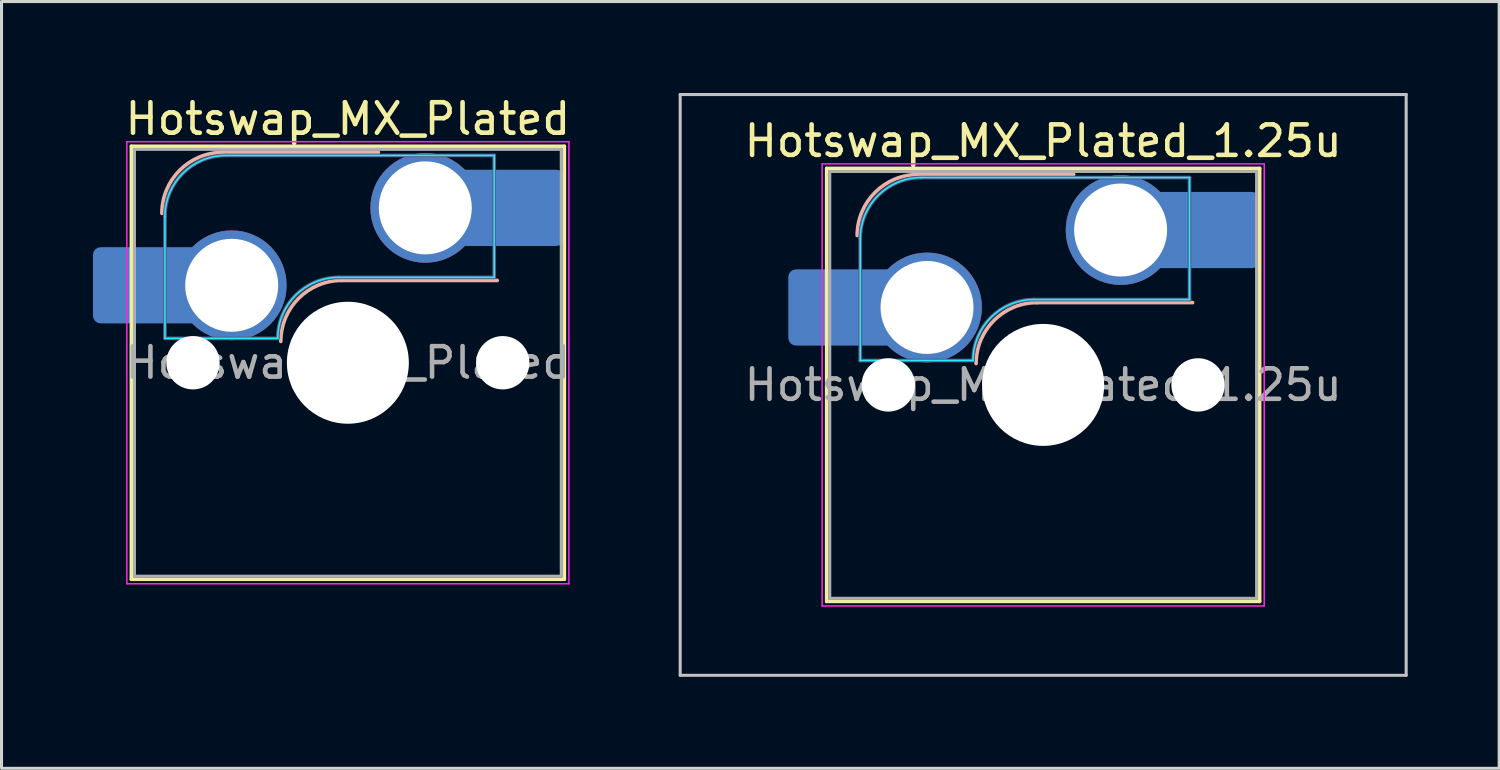
<source format=kicad_pcb>
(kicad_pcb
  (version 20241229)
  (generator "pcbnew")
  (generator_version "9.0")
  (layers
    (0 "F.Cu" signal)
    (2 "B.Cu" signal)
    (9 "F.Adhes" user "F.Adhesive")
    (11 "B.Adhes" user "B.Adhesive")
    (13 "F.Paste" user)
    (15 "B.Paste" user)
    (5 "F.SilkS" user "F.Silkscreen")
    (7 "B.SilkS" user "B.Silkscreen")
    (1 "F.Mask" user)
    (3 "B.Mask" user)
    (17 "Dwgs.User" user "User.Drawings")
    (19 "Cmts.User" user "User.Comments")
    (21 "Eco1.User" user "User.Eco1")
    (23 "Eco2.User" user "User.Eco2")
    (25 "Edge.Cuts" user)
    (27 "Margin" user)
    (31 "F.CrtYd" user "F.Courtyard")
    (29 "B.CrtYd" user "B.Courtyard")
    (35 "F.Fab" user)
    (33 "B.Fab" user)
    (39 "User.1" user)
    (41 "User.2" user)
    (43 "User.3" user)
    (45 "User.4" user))
  (footprint "Hotswap_MX_Plated_1.25u"
    (layer "F.Cu")
    (at 31.166 9.575)
    (property "Reference" "Hotswap_MX_Plated_1.25u" (at 0 -8 0) (layer "F.SilkS") (effects (font (size 1 1) (thickness 0.15))))
    (attr smd)
    (fp_line (start -7.1 -7.1) (end -7.1 7.1) (stroke (width 0.12) (type solid)) (layer "F.SilkS"))
    (fp_line (start -7.1 7.1) (end 7.1 7.1) (stroke (width 0.12) (type solid)) (layer "F.SilkS"))
    (fp_line (start 7.1 -7.1) (end -7.1 -7.1) (stroke (width 0.12) (type solid)) (layer "F.SilkS"))
    (fp_line (start 7.1 7.1) (end 7.1 -7.1) (stroke (width 0.12) (type solid)) (layer "F.SilkS"))
    (fp_line (start -4.1 -6.9) (end 1 -6.9) (stroke (width 0.12) (type solid)) (layer "B.SilkS"))
    (fp_line (start -0.2 -2.7) (end 4.9 -2.7) (stroke (width 0.12) (type solid)) (layer "B.SilkS"))
    (fp_arc (start -6.1 -4.9) (mid -5.514214 -6.314214) (end -4.1 -6.9) (stroke (width 0.12) (type solid)) (layer "B.SilkS"))
    (fp_arc (start -2.2 -0.7) (mid -1.614214 -2.114214) (end -0.2 -2.7) (stroke (width 0.12) (type solid)) (layer "B.SilkS"))
    (fp_line (start -11.906 -9.525) (end -11.906 9.525) (stroke (width 0.1) (type solid)) (layer "Dwgs.User"))
    (fp_line (start -11.906 9.525) (end 11.906 9.525) (stroke (width 0.1) (type solid)) (layer "Dwgs.User"))
    (fp_line (start 11.906 -9.525) (end -11.906 -9.525) (stroke (width 0.1) (type solid)) (layer "Dwgs.User"))
    (fp_line (start 11.906 9.525) (end 11.906 -9.525) (stroke (width 0.1) (type solid)) (layer "Dwgs.User"))
    (fp_line (start -7.8 -6) (end -7 -6) (stroke (width 0.1) (type solid)) (layer "Eco1.User"))
    (fp_line (start -7.8 -2.9) (end -7.8 -6) (stroke (width 0.1) (type solid)) (layer "Eco1.User"))
    (fp_line (start -7.8 2.9) (end -7 2.9) (stroke (width 0.1) (type solid)) (layer "Eco1.User"))
    (fp_line (start -7.8 6) (end -7.8 2.9) (stroke (width 0.1) (type solid)) (layer "Eco1.User"))
    (fp_line (start -7 -7) (end 7 -7) (stroke (width 0.1) (type solid)) (layer "Eco1.User"))
    (fp_line (start -7 -6) (end -7 -7) (stroke (width 0.1) (type solid)) (layer "Eco1.User"))
    (fp_line (start -7 -2.9) (end -7.8 -2.9) (stroke (width 0.1) (type solid)) (layer "Eco1.User"))
    (fp_line (start -7 2.9) (end -7 -2.9) (stroke (width 0.1) (type solid)) (layer "Eco1.User"))
    (fp_line (start -7 6) (end -7.8 6) (stroke (width 0.1) (type solid)) (layer "Eco1.User"))
    (fp_line (start -7 7) (end -7 6) (stroke (width 0.1) (type solid)) (layer "Eco1.User"))
    (fp_line (start 7 -7) (end 7 -6) (stroke (width 0.1) (type solid)) (layer "Eco1.User"))
    (fp_line (start 7 -6) (end 7.8 -6) (stroke (width 0.1) (type solid)) (layer "Eco1.User"))
    (fp_line (start 7 -2.9) (end 7 2.9) (stroke (width 0.1) (type solid)) (layer "Eco1.User"))
    (fp_line (start 7 2.9) (end 7.8 2.9) (stroke (width 0.1) (type solid)) (layer "Eco1.User"))
    (fp_line (start 7 6) (end 7 7) (stroke (width 0.1) (type solid)) (layer "Eco1.User"))
    (fp_line (start 7 7) (end -7 7) (stroke (width 0.1) (type solid)) (layer "Eco1.User"))
    (fp_line (start 7.8 -6) (end 7.8 -2.9) (stroke (width 0.1) (type solid)) (layer "Eco1.User"))
    (fp_line (start 7.8 -2.9) (end 7 -2.9) (stroke (width 0.1) (type solid)) (layer "Eco1.User"))
    (fp_line (start 7.8 2.9) (end 7.8 6) (stroke (width 0.1) (type solid)) (layer "Eco1.User"))
    (fp_line (start 7.8 6) (end 7 6) (stroke (width 0.1) (type solid)) (layer "Eco1.User"))
    (fp_line (start -6 -0.8) (end -6 -4.8) (stroke (width 0.05) (type solid)) (layer "B.CrtYd"))
    (fp_line (start -6 -0.8) (end -2.3 -0.8) (stroke (width 0.05) (type solid)) (layer "B.CrtYd"))
    (fp_line (start -4 -6.8) (end 4.8 -6.8) (stroke (width 0.05) (type solid)) (layer "B.CrtYd"))
    (fp_line (start -0.3 -2.8) (end 4.8 -2.8) (stroke (width 0.05) (type solid)) (layer "B.CrtYd"))
    (fp_line (start 4.8 -6.8) (end 4.8 -2.8) (stroke (width 0.05) (type solid)) (layer "B.CrtYd"))
    (fp_arc (start -6 -4.8) (mid -5.414214 -6.214214) (end -4 -6.8) (stroke (width 0.05) (type solid)) (layer "B.CrtYd"))
    (fp_arc (start -2.3 -0.8) (mid -1.714214 -2.214214) (end -0.3 -2.8) (stroke (width 0.05) (type solid)) (layer "B.CrtYd"))
    (fp_line (start -7.25 -7.25) (end -7.25 7.25) (stroke (width 0.05) (type solid)) (layer "F.CrtYd"))
    (fp_line (start -7.25 7.25) (end 7.25 7.25) (stroke (width 0.05) (type solid)) (layer "F.CrtYd"))
    (fp_line (start 7.25 -7.25) (end -7.25 -7.25) (stroke (width 0.05) (type solid)) (layer "F.CrtYd"))
    (fp_line (start 7.25 7.25) (end 7.25 -7.25) (stroke (width 0.05) (type solid)) (layer "F.CrtYd"))
    (fp_line (start -6 -0.8) (end -6 -4.8) (stroke (width 0.12) (type solid)) (layer "B.Fab"))
    (fp_line (start -6 -0.8) (end -2.3 -0.8) (stroke (width 0.12) (type solid)) (layer "B.Fab"))
    (fp_line (start -4 -6.8) (end 4.8 -6.8) (stroke (width 0.12) (type solid)) (layer "B.Fab"))
    (fp_line (start -0.3 -2.8) (end 4.8 -2.8) (stroke (width 0.12) (type solid)) (layer "B.Fab"))
    (fp_line (start 4.8 -6.8) (end 4.8 -2.8) (stroke (width 0.12) (type solid)) (layer "B.Fab"))
    (fp_arc (start -6 -4.8) (mid -5.414214 -6.214214) (end -4 -6.8) (stroke (width 0.12) (type solid)) (layer "B.Fab"))
    (fp_arc (start -2.3 -0.8) (mid -1.714214 -2.214214) (end -0.3 -2.8) (stroke (width 0.12) (type solid)) (layer "B.Fab"))
    (fp_line (start -7 -7) (end -7 7) (stroke (width 0.1) (type solid)) (layer "F.Fab"))
    (fp_line (start -7 7) (end 7 7) (stroke (width 0.1) (type solid)) (layer "F.Fab"))
    (fp_line (start 7 -7) (end -7 -7) (stroke (width 0.1) (type solid)) (layer "F.Fab"))
    (fp_line (start 7 7) (end 7 -7) (stroke (width 0.1) (type solid)) (layer "F.Fab"))
    (fp_text user "${REFERENCE}" (at 0 0 0) (layer "F.Fab") (effects (font (size 1 1) (thickness 0.15))))
    (pad "" smd roundrect (at -7.085 -2.54) (size 2.55 2.5) (layers "B.Mask" "B.Paste") (roundrect_rratio 0.1))
    (pad "" np_thru_hole circle (at -5.08 0) (size 1.75 1.75) (drill 1.75) (layers "*.Cu" "*.Mask"))
    (pad "" np_thru_hole circle (at 0 0) (size 4 4) (drill 4) (layers "*.Cu" "*.Mask"))
    (pad "" np_thru_hole circle (at 5.08 0) (size 1.75 1.75) (drill 1.75) (layers "*.Cu" "*.Mask"))
    (pad "" smd roundrect (at 5.842 -5.08) (size 2.55 2.5) (layers "B.Mask" "B.Paste") (roundrect_rratio 0.1))
    (pad "1" smd roundrect (at -6.585 -2.54) (size 3.55 2.5) (layers "B.Cu") (roundrect_rratio 0.1))
    (pad "1" thru_hole circle (at -3.81 -2.54) (size 3.6 3.6) (drill 3.05) (layers "*.Cu" "*.Mask"))
    (pad "2" thru_hole circle (at 2.54 -5.08) (size 3.6 3.6) (drill 3.05) (layers "*.Cu" "*.Mask"))
    (pad "2" smd roundrect (at 5.32 -5.08) (size 3.55 2.5) (layers "B.Cu") (roundrect_rratio 0.1)))
  (footprint "Hotswap_MX_Plated"
    (layer "F.Cu")
    (at 8.36 8.848)
    (property "Reference" "Hotswap_MX_Plated" (at 0 -8 0) (layer "F.SilkS") (effects (font (size 1 1) (thickness 0.15))))
    (attr smd)
    (fp_line (start -7.1 -7.1) (end -7.1 7.1) (stroke (width 0.12) (type solid)) (layer "F.SilkS"))
    (fp_line (start -7.1 7.1) (end 7.1 7.1) (stroke (width 0.12) (type solid)) (layer "F.SilkS"))
    (fp_line (start 7.1 -7.1) (end -7.1 -7.1) (stroke (width 0.12) (type solid)) (layer "F.SilkS"))
    (fp_line (start 7.1 7.1) (end 7.1 -7.1) (stroke (width 0.12) (type solid)) (layer "F.SilkS"))
    (fp_line (start -4.1 -6.9) (end 1 -6.9) (stroke (width 0.12) (type solid)) (layer "B.SilkS"))
    (fp_line (start -0.2 -2.7) (end 4.9 -2.7) (stroke (width 0.12) (type solid)) (layer "B.SilkS"))
    (fp_arc (start -6.1 -4.9) (mid -5.514214 -6.314214) (end -4.1 -6.9) (stroke (width 0.12) (type solid)) (layer "B.SilkS"))
    (fp_arc (start -2.2 -0.7) (mid -1.614214 -2.114214) (end -0.2 -2.7) (stroke (width 0.12) (type solid)) (layer "B.SilkS"))
    (fp_line (start -7.8 -6) (end -7 -6) (stroke (width 0.1) (type solid)) (layer "Eco1.User"))
    (fp_line (start -7.8 -2.9) (end -7.8 -6) (stroke (width 0.1) (type solid)) (layer "Eco1.User"))
    (fp_line (start -7.8 2.9) (end -7 2.9) (stroke (width 0.1) (type solid)) (layer "Eco1.User"))
    (fp_line (start -7.8 6) (end -7.8 2.9) (stroke (width 0.1) (type solid)) (layer "Eco1.User"))
    (fp_line (start -7 -7) (end 7 -7) (stroke (width 0.1) (type solid)) (layer "Eco1.User"))
    (fp_line (start -7 -6) (end -7 -7) (stroke (width 0.1) (type solid)) (layer "Eco1.User"))
    (fp_line (start -7 -2.9) (end -7.8 -2.9) (stroke (width 0.1) (type solid)) (layer "Eco1.User"))
    (fp_line (start -7 2.9) (end -7 -2.9) (stroke (width 0.1) (type solid)) (layer "Eco1.User"))
    (fp_line (start -7 6) (end -7.8 6) (stroke (width 0.1) (type solid)) (layer "Eco1.User"))
    (fp_line (start -7 7) (end -7 6) (stroke (width 0.1) (type solid)) (layer "Eco1.User"))
    (fp_line (start 7 -7) (end 7 -6) (stroke (width 0.1) (type solid)) (layer "Eco1.User"))
    (fp_line (start 7 -6) (end 7.8 -6) (stroke (width 0.1) (type solid)) (layer "Eco1.User"))
    (fp_line (start 7 -2.9) (end 7 2.9) (stroke (width 0.1) (type solid)) (layer "Eco1.User"))
    (fp_line (start 7 2.9) (end 7.8 2.9) (stroke (width 0.1) (type solid)) (layer "Eco1.User"))
    (fp_line (start 7 6) (end 7 7) (stroke (width 0.1) (type solid)) (layer "Eco1.User"))
    (fp_line (start 7 7) (end -7 7) (stroke (width 0.1) (type solid)) (layer "Eco1.User"))
    (fp_line (start 7.8 -6) (end 7.8 -2.9) (stroke (width 0.1) (type solid)) (layer "Eco1.User"))
    (fp_line (start 7.8 -2.9) (end 7 -2.9) (stroke (width 0.1) (type solid)) (layer "Eco1.User"))
    (fp_line (start 7.8 2.9) (end 7.8 6) (stroke (width 0.1) (type solid)) (layer "Eco1.User"))
    (fp_line (start 7.8 6) (end 7 6) (stroke (width 0.1) (type solid)) (layer "Eco1.User"))
    (fp_line (start -6 -0.8) (end -6 -4.8) (stroke (width 0.05) (type solid)) (layer "B.CrtYd"))
    (fp_line (start -6 -0.8) (end -2.3 -0.8) (stroke (width 0.05) (type solid)) (layer "B.CrtYd"))
    (fp_line (start -4 -6.8) (end 4.8 -6.8) (stroke (width 0.05) (type solid)) (layer "B.CrtYd"))
    (fp_line (start -0.3 -2.8) (end 4.8 -2.8) (stroke (width 0.05) (type solid)) (layer "B.CrtYd"))
    (fp_line (start 4.8 -6.8) (end 4.8 -2.8) (stroke (width 0.05) (type solid)) (layer "B.CrtYd"))
    (fp_arc (start -6 -4.8) (mid -5.414214 -6.214214) (end -4 -6.8) (stroke (width 0.05) (type solid)) (layer "B.CrtYd"))
    (fp_arc (start -2.3 -0.8) (mid -1.714214 -2.214214) (end -0.3 -2.8) (stroke (width 0.05) (type solid)) (layer "B.CrtYd"))
    (fp_line (start -7.25 -7.25) (end -7.25 7.25) (stroke (width 0.05) (type solid)) (layer "F.CrtYd"))
    (fp_line (start -7.25 7.25) (end 7.25 7.25) (stroke (width 0.05) (type solid)) (layer "F.CrtYd"))
    (fp_line (start 7.25 -7.25) (end -7.25 -7.25) (stroke (width 0.05) (type solid)) (layer "F.CrtYd"))
    (fp_line (start 7.25 7.25) (end 7.25 -7.25) (stroke (width 0.05) (type solid)) (layer "F.CrtYd"))
    (fp_line (start -6 -0.8) (end -6 -4.8) (stroke (width 0.12) (type solid)) (layer "B.Fab"))
    (fp_line (start -6 -0.8) (end -2.3 -0.8) (stroke (width 0.12) (type solid)) (layer "B.Fab"))
    (fp_line (start -4 -6.8) (end 4.8 -6.8) (stroke (width 0.12) (type solid)) (layer "B.Fab"))
    (fp_line (start -0.3 -2.8) (end 4.8 -2.8) (stroke (width 0.12) (type solid)) (layer "B.Fab"))
    (fp_line (start 4.8 -6.8) (end 4.8 -2.8) (stroke (width 0.12) (type solid)) (layer "B.Fab"))
    (fp_arc (start -6 -4.8) (mid -5.414214 -6.214214) (end -4 -6.8) (stroke (width 0.12) (type solid)) (layer "B.Fab"))
    (fp_arc (start -2.3 -0.8) (mid -1.714214 -2.214214) (end -0.3 -2.8) (stroke (width 0.12) (type solid)) (layer "B.Fab"))
    (fp_line (start -7 -7) (end -7 7) (stroke (width 0.1) (type solid)) (layer "F.Fab"))
    (fp_line (start -7 7) (end 7 7) (stroke (width 0.1) (type solid)) (layer "F.Fab"))
    (fp_line (start 7 -7) (end -7 -7) (stroke (width 0.1) (type solid)) (layer "F.Fab"))
    (fp_line (start 7 7) (end 7 -7) (stroke (width 0.1) (type solid)) (layer "F.Fab"))
    (fp_text user "${REFERENCE}" (at 0 0 0) (layer "F.Fab") (effects (font (size 1 1) (thickness 0.15))))
    (pad "" smd roundrect (at -7.085 -2.54) (size 2.55 2.5) (layers "B.Mask" "B.Paste") (roundrect_rratio 0.1))
    (pad "" np_thru_hole circle (at -5.08 0) (size 1.75 1.75) (drill 1.75) (layers "*.Cu" "*.Mask"))
    (pad "" np_thru_hole circle (at 0 0) (size 4 4) (drill 4) (layers "*.Cu" "*.Mask"))
    (pad "" np_thru_hole circle (at 5.08 0) (size 1.75 1.75) (drill 1.75) (layers "*.Cu" "*.Mask"))
    (pad "" smd roundrect (at 5.842 -5.08) (size 2.55 2.5) (layers "B.Mask" "B.Paste") (roundrect_rratio 0.1))
    (pad "1" smd roundrect (at -6.585 -2.54) (size 3.55 2.5) (layers "B.Cu") (roundrect_rratio 0.1))
    (pad "1" thru_hole circle (at -3.81 -2.54) (size 3.6 3.6) (drill 3.05) (layers "*.Cu" "*.Mask"))
    (pad "2" thru_hole circle (at 2.54 -5.08) (size 3.6 3.6) (drill 3.05) (layers "*.Cu" "*.Mask"))
    (pad "2" smd roundrect (at 5.32 -5.08) (size 3.55 2.5) (layers "B.Cu") (roundrect_rratio 0.1)))
  (gr_rect
    (start -3 -3)
    (end 46.123 22.15)
    (stroke (width 0.1) (type default))
    (fill no)
    (layer "Edge.Cuts")))
</source>
